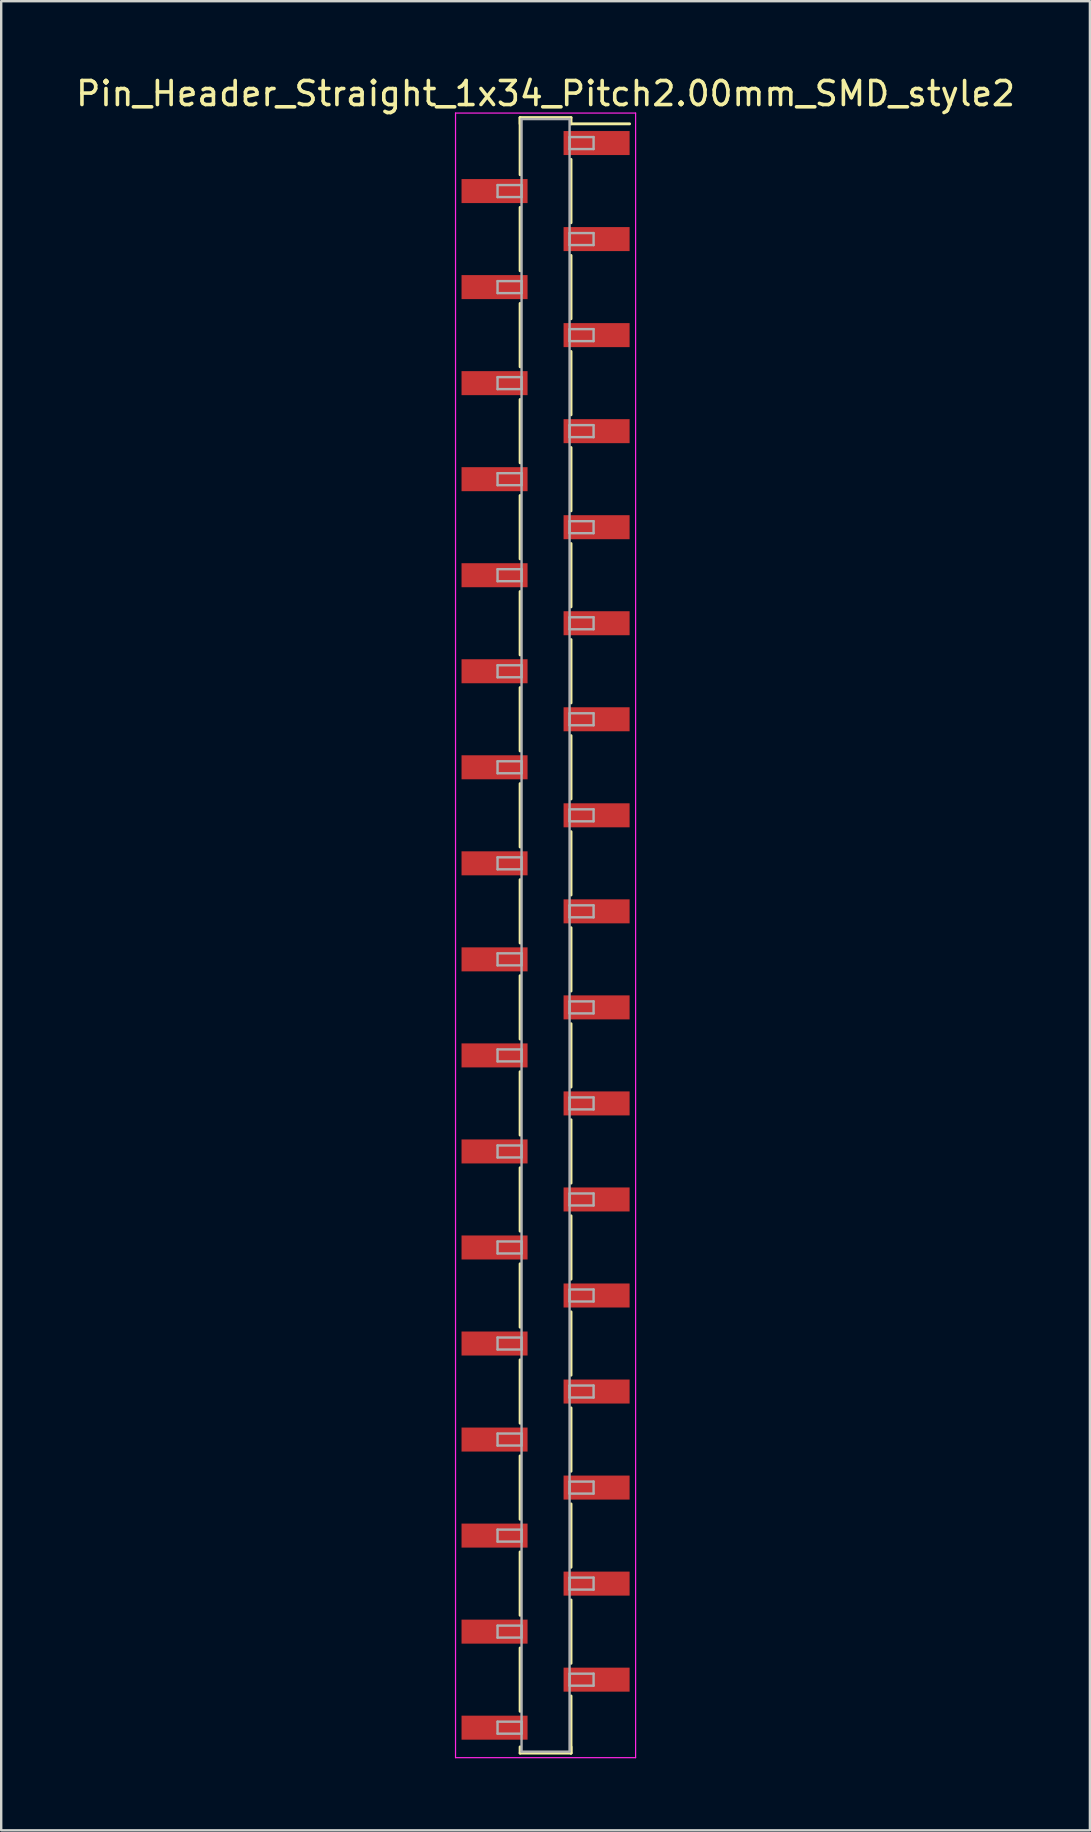
<source format=kicad_pcb>
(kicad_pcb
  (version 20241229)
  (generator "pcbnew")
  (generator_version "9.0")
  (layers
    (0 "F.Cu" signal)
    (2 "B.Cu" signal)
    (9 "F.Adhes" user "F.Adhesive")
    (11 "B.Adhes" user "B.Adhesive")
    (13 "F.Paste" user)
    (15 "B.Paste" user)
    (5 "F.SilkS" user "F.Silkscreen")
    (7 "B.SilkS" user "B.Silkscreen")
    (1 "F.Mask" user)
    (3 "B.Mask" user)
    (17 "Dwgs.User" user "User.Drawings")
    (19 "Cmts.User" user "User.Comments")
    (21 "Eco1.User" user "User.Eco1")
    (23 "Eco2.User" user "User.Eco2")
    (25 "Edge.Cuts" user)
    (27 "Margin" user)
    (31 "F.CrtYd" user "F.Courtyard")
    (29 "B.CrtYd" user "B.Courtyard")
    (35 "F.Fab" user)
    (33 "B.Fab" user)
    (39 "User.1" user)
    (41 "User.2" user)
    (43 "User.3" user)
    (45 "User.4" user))
  (footprint "Pin_Header_Straight_1x34_Pitch2.00mm_SMD_style2"
    (layer "F.Cu")
    (at 19.673 35.908)
    (property "Reference" "Pin_Header_Straight_1x34_Pitch2.00mm_SMD_style2" (at 0 -35.06 0) (layer "F.SilkS") (effects (font (size 1 1) (thickness 0.15))))
    (attr smd)
    (fp_line (start -1.06 -34.06) (end -1.06 -31.68) (stroke (width 0.12) (type solid)) (layer "F.SilkS"))
    (fp_line (start -1.06 -34.06) (end 1.06 -34.06) (stroke (width 0.12) (type solid)) (layer "F.SilkS"))
    (fp_line (start -1.06 -33.8) (end -1.06 -34.06) (stroke (width 0.12) (type solid)) (layer "F.SilkS"))
    (fp_line (start -1.06 -30.32) (end -1.06 -27.68) (stroke (width 0.12) (type solid)) (layer "F.SilkS"))
    (fp_line (start -1.06 -26.32) (end -1.06 -23.68) (stroke (width 0.12) (type solid)) (layer "F.SilkS"))
    (fp_line (start -1.06 -22.32) (end -1.06 -19.68) (stroke (width 0.12) (type solid)) (layer "F.SilkS"))
    (fp_line (start -1.06 -18.32) (end -1.06 -15.68) (stroke (width 0.12) (type solid)) (layer "F.SilkS"))
    (fp_line (start -1.06 -14.32) (end -1.06 -11.68) (stroke (width 0.12) (type solid)) (layer "F.SilkS"))
    (fp_line (start -1.06 -10.32) (end -1.06 -7.68) (stroke (width 0.12) (type solid)) (layer "F.SilkS"))
    (fp_line (start -1.06 -6.32) (end -1.06 -3.68) (stroke (width 0.12) (type solid)) (layer "F.SilkS"))
    (fp_line (start -1.06 -2.32) (end -1.06 0.32) (stroke (width 0.12) (type solid)) (layer "F.SilkS"))
    (fp_line (start -1.06 1.68) (end -1.06 4.32) (stroke (width 0.12) (type solid)) (layer "F.SilkS"))
    (fp_line (start -1.06 5.68) (end -1.06 8.32) (stroke (width 0.12) (type solid)) (layer "F.SilkS"))
    (fp_line (start -1.06 9.68) (end -1.06 12.32) (stroke (width 0.12) (type solid)) (layer "F.SilkS"))
    (fp_line (start -1.06 13.68) (end -1.06 16.32) (stroke (width 0.12) (type solid)) (layer "F.SilkS"))
    (fp_line (start -1.06 17.68) (end -1.06 20.32) (stroke (width 0.12) (type solid)) (layer "F.SilkS"))
    (fp_line (start -1.06 21.68) (end -1.06 24.32) (stroke (width 0.12) (type solid)) (layer "F.SilkS"))
    (fp_line (start -1.06 25.68) (end -1.06 28.32) (stroke (width 0.12) (type solid)) (layer "F.SilkS"))
    (fp_line (start -1.06 29.68) (end -1.06 32.32) (stroke (width 0.12) (type solid)) (layer "F.SilkS"))
    (fp_line (start -1.06 33.8) (end -1.06 34.06) (stroke (width 0.12) (type solid)) (layer "F.SilkS"))
    (fp_line (start -1.06 34.06) (end 1.06 34.06) (stroke (width 0.12) (type solid)) (layer "F.SilkS"))
    (fp_line (start 1.06 -34.06) (end 1.06 -33.8) (stroke (width 0.12) (type solid)) (layer "F.SilkS"))
    (fp_line (start 1.06 -33.8) (end 3.5 -33.8) (stroke (width 0.12) (type solid)) (layer "F.SilkS"))
    (fp_line (start 1.06 -32.32) (end 1.06 -29.68) (stroke (width 0.12) (type solid)) (layer "F.SilkS"))
    (fp_line (start 1.06 -28.32) (end 1.06 -25.68) (stroke (width 0.12) (type solid)) (layer "F.SilkS"))
    (fp_line (start 1.06 -24.32) (end 1.06 -21.68) (stroke (width 0.12) (type solid)) (layer "F.SilkS"))
    (fp_line (start 1.06 -20.32) (end 1.06 -17.68) (stroke (width 0.12) (type solid)) (layer "F.SilkS"))
    (fp_line (start 1.06 -16.32) (end 1.06 -13.68) (stroke (width 0.12) (type solid)) (layer "F.SilkS"))
    (fp_line (start 1.06 -12.32) (end 1.06 -9.68) (stroke (width 0.12) (type solid)) (layer "F.SilkS"))
    (fp_line (start 1.06 -8.32) (end 1.06 -5.68) (stroke (width 0.12) (type solid)) (layer "F.SilkS"))
    (fp_line (start 1.06 -4.32) (end 1.06 -1.68) (stroke (width 0.12) (type solid)) (layer "F.SilkS"))
    (fp_line (start 1.06 -0.32) (end 1.06 2.32) (stroke (width 0.12) (type solid)) (layer "F.SilkS"))
    (fp_line (start 1.06 3.68) (end 1.06 6.32) (stroke (width 0.12) (type solid)) (layer "F.SilkS"))
    (fp_line (start 1.06 7.68) (end 1.06 10.32) (stroke (width 0.12) (type solid)) (layer "F.SilkS"))
    (fp_line (start 1.06 11.68) (end 1.06 14.32) (stroke (width 0.12) (type solid)) (layer "F.SilkS"))
    (fp_line (start 1.06 15.68) (end 1.06 18.32) (stroke (width 0.12) (type solid)) (layer "F.SilkS"))
    (fp_line (start 1.06 19.68) (end 1.06 22.32) (stroke (width 0.12) (type solid)) (layer "F.SilkS"))
    (fp_line (start 1.06 23.68) (end 1.06 26.32) (stroke (width 0.12) (type solid)) (layer "F.SilkS"))
    (fp_line (start 1.06 27.68) (end 1.06 30.32) (stroke (width 0.12) (type solid)) (layer "F.SilkS"))
    (fp_line (start 1.06 31.68) (end 1.06 34.06) (stroke (width 0.12) (type solid)) (layer "F.SilkS"))
    (fp_line (start 1.06 34.06) (end 1.06 33.8) (stroke (width 0.12) (type solid)) (layer "F.SilkS"))
    (fp_line (start -3.75 -34.25) (end -3.75 34.25) (stroke (width 0.05) (type solid)) (layer "F.CrtYd"))
    (fp_line (start -3.75 34.25) (end 3.75 34.25) (stroke (width 0.05) (type solid)) (layer "F.CrtYd"))
    (fp_line (start 3.75 -34.25) (end -3.75 -34.25) (stroke (width 0.05) (type solid)) (layer "F.CrtYd"))
    (fp_line (start 3.75 34.25) (end 3.75 -34.25) (stroke (width 0.05) (type solid)) (layer "F.CrtYd"))
    (fp_line (start -2 -31.25) (end -1 -31.25) (stroke (width 0.1) (type solid)) (layer "F.Fab"))
    (fp_line (start -2 -30.75) (end -2 -31.25) (stroke (width 0.1) (type solid)) (layer "F.Fab"))
    (fp_line (start -2 -27.25) (end -1 -27.25) (stroke (width 0.1) (type solid)) (layer "F.Fab"))
    (fp_line (start -2 -26.75) (end -2 -27.25) (stroke (width 0.1) (type solid)) (layer "F.Fab"))
    (fp_line (start -2 -23.25) (end -1 -23.25) (stroke (width 0.1) (type solid)) (layer "F.Fab"))
    (fp_line (start -2 -22.75) (end -2 -23.25) (stroke (width 0.1) (type solid)) (layer "F.Fab"))
    (fp_line (start -2 -19.25) (end -1 -19.25) (stroke (width 0.1) (type solid)) (layer "F.Fab"))
    (fp_line (start -2 -18.75) (end -2 -19.25) (stroke (width 0.1) (type solid)) (layer "F.Fab"))
    (fp_line (start -2 -15.25) (end -1 -15.25) (stroke (width 0.1) (type solid)) (layer "F.Fab"))
    (fp_line (start -2 -14.75) (end -2 -15.25) (stroke (width 0.1) (type solid)) (layer "F.Fab"))
    (fp_line (start -2 -11.25) (end -1 -11.25) (stroke (width 0.1) (type solid)) (layer "F.Fab"))
    (fp_line (start -2 -10.75) (end -2 -11.25) (stroke (width 0.1) (type solid)) (layer "F.Fab"))
    (fp_line (start -2 -7.25) (end -1 -7.25) (stroke (width 0.1) (type solid)) (layer "F.Fab"))
    (fp_line (start -2 -6.75) (end -2 -7.25) (stroke (width 0.1) (type solid)) (layer "F.Fab"))
    (fp_line (start -2 -3.25) (end -1 -3.25) (stroke (width 0.1) (type solid)) (layer "F.Fab"))
    (fp_line (start -2 -2.75) (end -2 -3.25) (stroke (width 0.1) (type solid)) (layer "F.Fab"))
    (fp_line (start -2 0.75) (end -1 0.75) (stroke (width 0.1) (type solid)) (layer "F.Fab"))
    (fp_line (start -2 1.25) (end -2 0.75) (stroke (width 0.1) (type solid)) (layer "F.Fab"))
    (fp_line (start -2 4.75) (end -1 4.75) (stroke (width 0.1) (type solid)) (layer "F.Fab"))
    (fp_line (start -2 5.25) (end -2 4.75) (stroke (width 0.1) (type solid)) (layer "F.Fab"))
    (fp_line (start -2 8.75) (end -1 8.75) (stroke (width 0.1) (type solid)) (layer "F.Fab"))
    (fp_line (start -2 9.25) (end -2 8.75) (stroke (width 0.1) (type solid)) (layer "F.Fab"))
    (fp_line (start -2 12.75) (end -1 12.75) (stroke (width 0.1) (type solid)) (layer "F.Fab"))
    (fp_line (start -2 13.25) (end -2 12.75) (stroke (width 0.1) (type solid)) (layer "F.Fab"))
    (fp_line (start -2 16.75) (end -1 16.75) (stroke (width 0.1) (type solid)) (layer "F.Fab"))
    (fp_line (start -2 17.25) (end -2 16.75) (stroke (width 0.1) (type solid)) (layer "F.Fab"))
    (fp_line (start -2 20.75) (end -1 20.75) (stroke (width 0.1) (type solid)) (layer "F.Fab"))
    (fp_line (start -2 21.25) (end -2 20.75) (stroke (width 0.1) (type solid)) (layer "F.Fab"))
    (fp_line (start -2 24.75) (end -1 24.75) (stroke (width 0.1) (type solid)) (layer "F.Fab"))
    (fp_line (start -2 25.25) (end -2 24.75) (stroke (width 0.1) (type solid)) (layer "F.Fab"))
    (fp_line (start -2 28.75) (end -1 28.75) (stroke (width 0.1) (type solid)) (layer "F.Fab"))
    (fp_line (start -2 29.25) (end -2 28.75) (stroke (width 0.1) (type solid)) (layer "F.Fab"))
    (fp_line (start -2 32.75) (end -1 32.75) (stroke (width 0.1) (type solid)) (layer "F.Fab"))
    (fp_line (start -2 33.25) (end -2 32.75) (stroke (width 0.1) (type solid)) (layer "F.Fab"))
    (fp_line (start -1 -34) (end -1 34) (stroke (width 0.1) (type solid)) (layer "F.Fab"))
    (fp_line (start -1 -31.25) (end -1 -30.75) (stroke (width 0.1) (type solid)) (layer "F.Fab"))
    (fp_line (start -1 -30.75) (end -2 -30.75) (stroke (width 0.1) (type solid)) (layer "F.Fab"))
    (fp_line (start -1 -27.25) (end -1 -26.75) (stroke (width 0.1) (type solid)) (layer "F.Fab"))
    (fp_line (start -1 -26.75) (end -2 -26.75) (stroke (width 0.1) (type solid)) (layer "F.Fab"))
    (fp_line (start -1 -23.25) (end -1 -22.75) (stroke (width 0.1) (type solid)) (layer "F.Fab"))
    (fp_line (start -1 -22.75) (end -2 -22.75) (stroke (width 0.1) (type solid)) (layer "F.Fab"))
    (fp_line (start -1 -19.25) (end -1 -18.75) (stroke (width 0.1) (type solid)) (layer "F.Fab"))
    (fp_line (start -1 -18.75) (end -2 -18.75) (stroke (width 0.1) (type solid)) (layer "F.Fab"))
    (fp_line (start -1 -15.25) (end -1 -14.75) (stroke (width 0.1) (type solid)) (layer "F.Fab"))
    (fp_line (start -1 -14.75) (end -2 -14.75) (stroke (width 0.1) (type solid)) (layer "F.Fab"))
    (fp_line (start -1 -11.25) (end -1 -10.75) (stroke (width 0.1) (type solid)) (layer "F.Fab"))
    (fp_line (start -1 -10.75) (end -2 -10.75) (stroke (width 0.1) (type solid)) (layer "F.Fab"))
    (fp_line (start -1 -7.25) (end -1 -6.75) (stroke (width 0.1) (type solid)) (layer "F.Fab"))
    (fp_line (start -1 -6.75) (end -2 -6.75) (stroke (width 0.1) (type solid)) (layer "F.Fab"))
    (fp_line (start -1 -3.25) (end -1 -2.75) (stroke (width 0.1) (type solid)) (layer "F.Fab"))
    (fp_line (start -1 -2.75) (end -2 -2.75) (stroke (width 0.1) (type solid)) (layer "F.Fab"))
    (fp_line (start -1 0.75) (end -1 1.25) (stroke (width 0.1) (type solid)) (layer "F.Fab"))
    (fp_line (start -1 1.25) (end -2 1.25) (stroke (width 0.1) (type solid)) (layer "F.Fab"))
    (fp_line (start -1 4.75) (end -1 5.25) (stroke (width 0.1) (type solid)) (layer "F.Fab"))
    (fp_line (start -1 5.25) (end -2 5.25) (stroke (width 0.1) (type solid)) (layer "F.Fab"))
    (fp_line (start -1 8.75) (end -1 9.25) (stroke (width 0.1) (type solid)) (layer "F.Fab"))
    (fp_line (start -1 9.25) (end -2 9.25) (stroke (width 0.1) (type solid)) (layer "F.Fab"))
    (fp_line (start -1 12.75) (end -1 13.25) (stroke (width 0.1) (type solid)) (layer "F.Fab"))
    (fp_line (start -1 13.25) (end -2 13.25) (stroke (width 0.1) (type solid)) (layer "F.Fab"))
    (fp_line (start -1 16.75) (end -1 17.25) (stroke (width 0.1) (type solid)) (layer "F.Fab"))
    (fp_line (start -1 17.25) (end -2 17.25) (stroke (width 0.1) (type solid)) (layer "F.Fab"))
    (fp_line (start -1 20.75) (end -1 21.25) (stroke (width 0.1) (type solid)) (layer "F.Fab"))
    (fp_line (start -1 21.25) (end -2 21.25) (stroke (width 0.1) (type solid)) (layer "F.Fab"))
    (fp_line (start -1 24.75) (end -1 25.25) (stroke (width 0.1) (type solid)) (layer "F.Fab"))
    (fp_line (start -1 25.25) (end -2 25.25) (stroke (width 0.1) (type solid)) (layer "F.Fab"))
    (fp_line (start -1 28.75) (end -1 29.25) (stroke (width 0.1) (type solid)) (layer "F.Fab"))
    (fp_line (start -1 29.25) (end -2 29.25) (stroke (width 0.1) (type solid)) (layer "F.Fab"))
    (fp_line (start -1 32.75) (end -1 33.25) (stroke (width 0.1) (type solid)) (layer "F.Fab"))
    (fp_line (start -1 33.25) (end -2 33.25) (stroke (width 0.1) (type solid)) (layer "F.Fab"))
    (fp_line (start -1 34) (end 1 34) (stroke (width 0.1) (type solid)) (layer "F.Fab"))
    (fp_line (start 1 -34) (end -1 -34) (stroke (width 0.1) (type solid)) (layer "F.Fab"))
    (fp_line (start 1 -33.25) (end 1 -32.75) (stroke (width 0.1) (type solid)) (layer "F.Fab"))
    (fp_line (start 1 -32.75) (end 2 -32.75) (stroke (width 0.1) (type solid)) (layer "F.Fab"))
    (fp_line (start 1 -29.25) (end 1 -28.75) (stroke (width 0.1) (type solid)) (layer "F.Fab"))
    (fp_line (start 1 -28.75) (end 2 -28.75) (stroke (width 0.1) (type solid)) (layer "F.Fab"))
    (fp_line (start 1 -25.25) (end 1 -24.75) (stroke (width 0.1) (type solid)) (layer "F.Fab"))
    (fp_line (start 1 -24.75) (end 2 -24.75) (stroke (width 0.1) (type solid)) (layer "F.Fab"))
    (fp_line (start 1 -21.25) (end 1 -20.75) (stroke (width 0.1) (type solid)) (layer "F.Fab"))
    (fp_line (start 1 -20.75) (end 2 -20.75) (stroke (width 0.1) (type solid)) (layer "F.Fab"))
    (fp_line (start 1 -17.25) (end 1 -16.75) (stroke (width 0.1) (type solid)) (layer "F.Fab"))
    (fp_line (start 1 -16.75) (end 2 -16.75) (stroke (width 0.1) (type solid)) (layer "F.Fab"))
    (fp_line (start 1 -13.25) (end 1 -12.75) (stroke (width 0.1) (type solid)) (layer "F.Fab"))
    (fp_line (start 1 -12.75) (end 2 -12.75) (stroke (width 0.1) (type solid)) (layer "F.Fab"))
    (fp_line (start 1 -9.25) (end 1 -8.75) (stroke (width 0.1) (type solid)) (layer "F.Fab"))
    (fp_line (start 1 -8.75) (end 2 -8.75) (stroke (width 0.1) (type solid)) (layer "F.Fab"))
    (fp_line (start 1 -5.25) (end 1 -4.75) (stroke (width 0.1) (type solid)) (layer "F.Fab"))
    (fp_line (start 1 -4.75) (end 2 -4.75) (stroke (width 0.1) (type solid)) (layer "F.Fab"))
    (fp_line (start 1 -1.25) (end 1 -0.75) (stroke (width 0.1) (type solid)) (layer "F.Fab"))
    (fp_line (start 1 -0.75) (end 2 -0.75) (stroke (width 0.1) (type solid)) (layer "F.Fab"))
    (fp_line (start 1 2.75) (end 1 3.25) (stroke (width 0.1) (type solid)) (layer "F.Fab"))
    (fp_line (start 1 3.25) (end 2 3.25) (stroke (width 0.1) (type solid)) (layer "F.Fab"))
    (fp_line (start 1 6.75) (end 1 7.25) (stroke (width 0.1) (type solid)) (layer "F.Fab"))
    (fp_line (start 1 7.25) (end 2 7.25) (stroke (width 0.1) (type solid)) (layer "F.Fab"))
    (fp_line (start 1 10.75) (end 1 11.25) (stroke (width 0.1) (type solid)) (layer "F.Fab"))
    (fp_line (start 1 11.25) (end 2 11.25) (stroke (width 0.1) (type solid)) (layer "F.Fab"))
    (fp_line (start 1 14.75) (end 1 15.25) (stroke (width 0.1) (type solid)) (layer "F.Fab"))
    (fp_line (start 1 15.25) (end 2 15.25) (stroke (width 0.1) (type solid)) (layer "F.Fab"))
    (fp_line (start 1 18.75) (end 1 19.25) (stroke (width 0.1) (type solid)) (layer "F.Fab"))
    (fp_line (start 1 19.25) (end 2 19.25) (stroke (width 0.1) (type solid)) (layer "F.Fab"))
    (fp_line (start 1 22.75) (end 1 23.25) (stroke (width 0.1) (type solid)) (layer "F.Fab"))
    (fp_line (start 1 23.25) (end 2 23.25) (stroke (width 0.1) (type solid)) (layer "F.Fab"))
    (fp_line (start 1 26.75) (end 1 27.25) (stroke (width 0.1) (type solid)) (layer "F.Fab"))
    (fp_line (start 1 27.25) (end 2 27.25) (stroke (width 0.1) (type solid)) (layer "F.Fab"))
    (fp_line (start 1 30.75) (end 1 31.25) (stroke (width 0.1) (type solid)) (layer "F.Fab"))
    (fp_line (start 1 31.25) (end 2 31.25) (stroke (width 0.1) (type solid)) (layer "F.Fab"))
    (fp_line (start 1 34) (end 1 -34) (stroke (width 0.1) (type solid)) (layer "F.Fab"))
    (fp_line (start 2 -33.25) (end 1 -33.25) (stroke (width 0.1) (type solid)) (layer "F.Fab"))
    (fp_line (start 2 -32.75) (end 2 -33.25) (stroke (width 0.1) (type solid)) (layer "F.Fab"))
    (fp_line (start 2 -29.25) (end 1 -29.25) (stroke (width 0.1) (type solid)) (layer "F.Fab"))
    (fp_line (start 2 -28.75) (end 2 -29.25) (stroke (width 0.1) (type solid)) (layer "F.Fab"))
    (fp_line (start 2 -25.25) (end 1 -25.25) (stroke (width 0.1) (type solid)) (layer "F.Fab"))
    (fp_line (start 2 -24.75) (end 2 -25.25) (stroke (width 0.1) (type solid)) (layer "F.Fab"))
    (fp_line (start 2 -21.25) (end 1 -21.25) (stroke (width 0.1) (type solid)) (layer "F.Fab"))
    (fp_line (start 2 -20.75) (end 2 -21.25) (stroke (width 0.1) (type solid)) (layer "F.Fab"))
    (fp_line (start 2 -17.25) (end 1 -17.25) (stroke (width 0.1) (type solid)) (layer "F.Fab"))
    (fp_line (start 2 -16.75) (end 2 -17.25) (stroke (width 0.1) (type solid)) (layer "F.Fab"))
    (fp_line (start 2 -13.25) (end 1 -13.25) (stroke (width 0.1) (type solid)) (layer "F.Fab"))
    (fp_line (start 2 -12.75) (end 2 -13.25) (stroke (width 0.1) (type solid)) (layer "F.Fab"))
    (fp_line (start 2 -9.25) (end 1 -9.25) (stroke (width 0.1) (type solid)) (layer "F.Fab"))
    (fp_line (start 2 -8.75) (end 2 -9.25) (stroke (width 0.1) (type solid)) (layer "F.Fab"))
    (fp_line (start 2 -5.25) (end 1 -5.25) (stroke (width 0.1) (type solid)) (layer "F.Fab"))
    (fp_line (start 2 -4.75) (end 2 -5.25) (stroke (width 0.1) (type solid)) (layer "F.Fab"))
    (fp_line (start 2 -1.25) (end 1 -1.25) (stroke (width 0.1) (type solid)) (layer "F.Fab"))
    (fp_line (start 2 -0.75) (end 2 -1.25) (stroke (width 0.1) (type solid)) (layer "F.Fab"))
    (fp_line (start 2 2.75) (end 1 2.75) (stroke (width 0.1) (type solid)) (layer "F.Fab"))
    (fp_line (start 2 3.25) (end 2 2.75) (stroke (width 0.1) (type solid)) (layer "F.Fab"))
    (fp_line (start 2 6.75) (end 1 6.75) (stroke (width 0.1) (type solid)) (layer "F.Fab"))
    (fp_line (start 2 7.25) (end 2 6.75) (stroke (width 0.1) (type solid)) (layer "F.Fab"))
    (fp_line (start 2 10.75) (end 1 10.75) (stroke (width 0.1) (type solid)) (layer "F.Fab"))
    (fp_line (start 2 11.25) (end 2 10.75) (stroke (width 0.1) (type solid)) (layer "F.Fab"))
    (fp_line (start 2 14.75) (end 1 14.75) (stroke (width 0.1) (type solid)) (layer "F.Fab"))
    (fp_line (start 2 15.25) (end 2 14.75) (stroke (width 0.1) (type solid)) (layer "F.Fab"))
    (fp_line (start 2 18.75) (end 1 18.75) (stroke (width 0.1) (type solid)) (layer "F.Fab"))
    (fp_line (start 2 19.25) (end 2 18.75) (stroke (width 0.1) (type solid)) (layer "F.Fab"))
    (fp_line (start 2 22.75) (end 1 22.75) (stroke (width 0.1) (type solid)) (layer "F.Fab"))
    (fp_line (start 2 23.25) (end 2 22.75) (stroke (width 0.1) (type solid)) (layer "F.Fab"))
    (fp_line (start 2 26.75) (end 1 26.75) (stroke (width 0.1) (type solid)) (layer "F.Fab"))
    (fp_line (start 2 27.25) (end 2 26.75) (stroke (width 0.1) (type solid)) (layer "F.Fab"))
    (fp_line (start 2 30.75) (end 1 30.75) (stroke (width 0.1) (type solid)) (layer "F.Fab"))
    (fp_line (start 2 31.25) (end 2 30.75) (stroke (width 0.1) (type solid)) (layer "F.Fab"))
    (pad "1" smd rect (at 2.125 -33) (size 2.75 1) (layers "F.Cu" "F.Mask"))
    (pad "2" smd rect (at -2.125 -31) (size 2.75 1) (layers "F.Cu" "F.Mask"))
    (pad "3" smd rect (at 2.125 -29) (size 2.75 1) (layers "F.Cu" "F.Mask"))
    (pad "4" smd rect (at -2.125 -27) (size 2.75 1) (layers "F.Cu" "F.Mask"))
    (pad "5" smd rect (at 2.125 -25) (size 2.75 1) (layers "F.Cu" "F.Mask"))
    (pad "6" smd rect (at -2.125 -23) (size 2.75 1) (layers "F.Cu" "F.Mask"))
    (pad "7" smd rect (at 2.125 -21) (size 2.75 1) (layers "F.Cu" "F.Mask"))
    (pad "8" smd rect (at -2.125 -19) (size 2.75 1) (layers "F.Cu" "F.Mask"))
    (pad "9" smd rect (at 2.125 -17) (size 2.75 1) (layers "F.Cu" "F.Mask"))
    (pad "10" smd rect (at -2.125 -15) (size 2.75 1) (layers "F.Cu" "F.Mask"))
    (pad "11" smd rect (at 2.125 -13) (size 2.75 1) (layers "F.Cu" "F.Mask"))
    (pad "12" smd rect (at -2.125 -11) (size 2.75 1) (layers "F.Cu" "F.Mask"))
    (pad "13" smd rect (at 2.125 -9) (size 2.75 1) (layers "F.Cu" "F.Mask"))
    (pad "14" smd rect (at -2.125 -7) (size 2.75 1) (layers "F.Cu" "F.Mask"))
    (pad "15" smd rect (at 2.125 -5) (size 2.75 1) (layers "F.Cu" "F.Mask"))
    (pad "16" smd rect (at -2.125 -3) (size 2.75 1) (layers "F.Cu" "F.Mask"))
    (pad "17" smd rect (at 2.125 -1) (size 2.75 1) (layers "F.Cu" "F.Mask"))
    (pad "18" smd rect (at -2.125 1) (size 2.75 1) (layers "F.Cu" "F.Mask"))
    (pad "19" smd rect (at 2.125 3) (size 2.75 1) (layers "F.Cu" "F.Mask"))
    (pad "20" smd rect (at -2.125 5) (size 2.75 1) (layers "F.Cu" "F.Mask"))
    (pad "21" smd rect (at 2.125 7) (size 2.75 1) (layers "F.Cu" "F.Mask"))
    (pad "22" smd rect (at -2.125 9) (size 2.75 1) (layers "F.Cu" "F.Mask"))
    (pad "23" smd rect (at 2.125 11) (size 2.75 1) (layers "F.Cu" "F.Mask"))
    (pad "24" smd rect (at -2.125 13) (size 2.75 1) (layers "F.Cu" "F.Mask"))
    (pad "25" smd rect (at 2.125 15) (size 2.75 1) (layers "F.Cu" "F.Mask"))
    (pad "26" smd rect (at -2.125 17) (size 2.75 1) (layers "F.Cu" "F.Mask"))
    (pad "27" smd rect (at 2.125 19) (size 2.75 1) (layers "F.Cu" "F.Mask"))
    (pad "28" smd rect (at -2.125 21) (size 2.75 1) (layers "F.Cu" "F.Mask"))
    (pad "29" smd rect (at 2.125 23) (size 2.75 1) (layers "F.Cu" "F.Mask"))
    (pad "30" smd rect (at -2.125 25) (size 2.75 1) (layers "F.Cu" "F.Mask"))
    (pad "31" smd rect (at 2.125 27) (size 2.75 1) (layers "F.Cu" "F.Mask"))
    (pad "32" smd rect (at -2.125 29) (size 2.75 1) (layers "F.Cu" "F.Mask"))
    (pad "33" smd rect (at 2.125 31) (size 2.75 1) (layers "F.Cu" "F.Mask"))
    (pad "34" smd rect (at -2.125 33) (size 2.75 1) (layers "F.Cu" "F.Mask")))
  (gr_rect
    (start -3 -3)
    (end 42.345 73.183)
    (stroke (width 0.1) (type default))
    (fill no)
    (layer "Edge.Cuts")))
</source>
